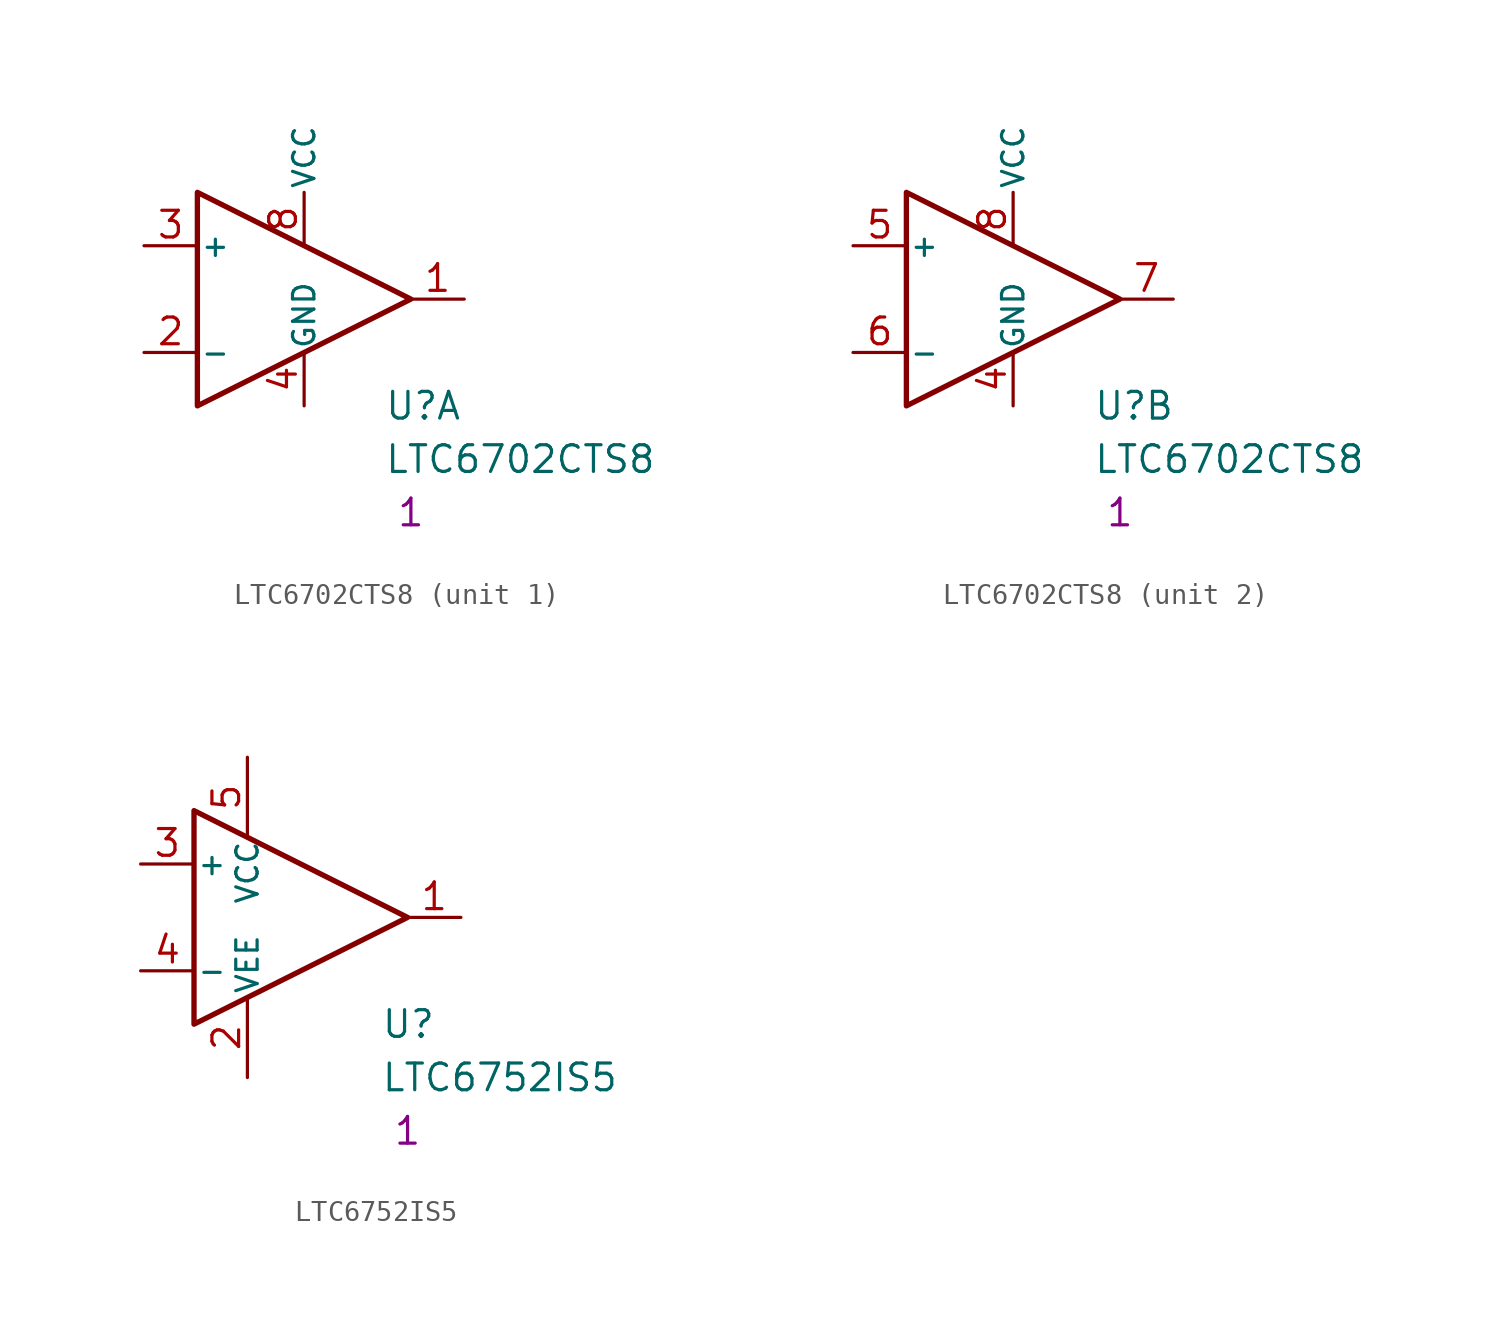
<source format=kicad_sym>
(kicad_symbol_lib
  (version 20211014)
  (generator kicad_symbol_editor)
  (symbol "LTC6702CTS8"
    (pin_names
      (offset 0.127))
    (property "Reference" "U"
      (at 3.81 -5.08 0)
      (effects (font (size 1.27 1.27)) (justify left)))
    (property "Value" "LTC6702CTS8"
      (at 3.81 -7.62 0)
      (effects (font (size 1.27 1.27)) (justify left)))
    (property "Qty" "1"
      (at 5.08 -10.16 0)
      (effects (font (size 1.27 1.27))))
    (symbol "LTC6702CTS8_0_1"
      (pin power_out line (at 0 -5.08 90) (length 2.54) (name "GND" (effects (font (size 1.016 1.016)))) (number "4" (effects (font (size 1.27 1.27)))))
      (pin power_in line (at 0 2.54 90) (length 2.54) (name "VCC" (effects (font (size 1.016 1.016)))) (number "8" (effects (font (size 1.27 1.27))))))
    (symbol "LTC6702CTS8_1_1"
      (polyline (pts (xy -5.08 5.08) (xy 5.08 0) (xy -5.08 -5.08) (xy -5.08 5.08)) (stroke (width 0.254) (type default) (color 0 0 0 0)) (fill (type none)))
      (pin output line (at 7.62 0 180) (length 2.54) (name "~" (effects (font (size 1.27 1.27)))) (number "1" (effects (font (size 1.27 1.27)))))
      (pin input line (at -7.62 -2.54 0) (length 2.54) (name "-" (effects (font (size 1.016 1.016)))) (number "2" (effects (font (size 1.27 1.27)))))
      (pin input line (at -7.62 2.54 0) (length 2.54) (name "+" (effects (font (size 1.016 1.016)))) (number "3" (effects (font (size 1.27 1.27))))))
    (symbol "LTC6702CTS8_2_1"
      (polyline (pts (xy -5.08 5.08) (xy 5.08 0) (xy -5.08 -5.08) (xy -5.08 5.08)) (stroke (width 0.254) (type default) (color 0 0 0 0)) (fill (type none)))
      (pin input line (at -7.62 2.54 0) (length 2.54) (name "+" (effects (font (size 1.016 1.016)))) (number "5" (effects (font (size 1.27 1.27)))))
      (pin input line (at -7.62 -2.54 0) (length 2.54) (name "-" (effects (font (size 1.016 1.016)))) (number "6" (effects (font (size 1.27 1.27)))))
      (pin output line (at 7.62 0 180) (length 2.54) (name "~" (effects (font (size 1.27 1.27)))) (number "7" (effects (font (size 1.27 1.27)))))))
  (symbol "LTC6752IS5"
    (pin_names
      (offset 0.127))
    (property "Reference" "U"
      (at 3.81 -5.08 0)
      (effects (font (size 1.27 1.27)) (justify left)))
    (property "Value" "LTC6752IS5"
      (at 3.81 -7.62 0)
      (effects (font (size 1.27 1.27)) (justify left)))
    (property "Qty" "1"
      (at 5.08 -10.16 0)
      (effects (font (size 1.27 1.27))))
    (symbol "LTC6752IS5_1_1"
      (polyline (pts (xy -5.08 5.08) (xy 5.08 0) (xy -5.08 -5.08) (xy -5.08 5.08)) (stroke (width 0.254) (type default) (color 0 0 0 0)) (fill (type none)))
      (pin output line (at 7.62 0 180) (length 2.54) (name "~" (effects (font (size 1.27 1.27)))) (number "1" (effects (font (size 1.27 1.27)))))
      (pin power_in line (at -2.54 -7.62 90) (length 3.81) (name "VEE" (effects (font (size 1.016 1.016)))) (number "2" (effects (font (size 1.27 1.27)))))
      (pin input line (at -7.62 2.54 0) (length 2.54) (name "+" (effects (font (size 1.016 1.016)))) (number "3" (effects (font (size 1.27 1.27)))))
      (pin input line (at -7.62 -2.54 0) (length 2.54) (name "-" (effects (font (size 1.016 1.016)))) (number "4" (effects (font (size 1.27 1.27)))))
      (pin power_in line (at -2.54 7.62 270) (length 3.81) (name "VCC" (effects (font (size 1.016 1.016)))) (number "5" (effects (font (size 1.27 1.27))))))))
</source>
